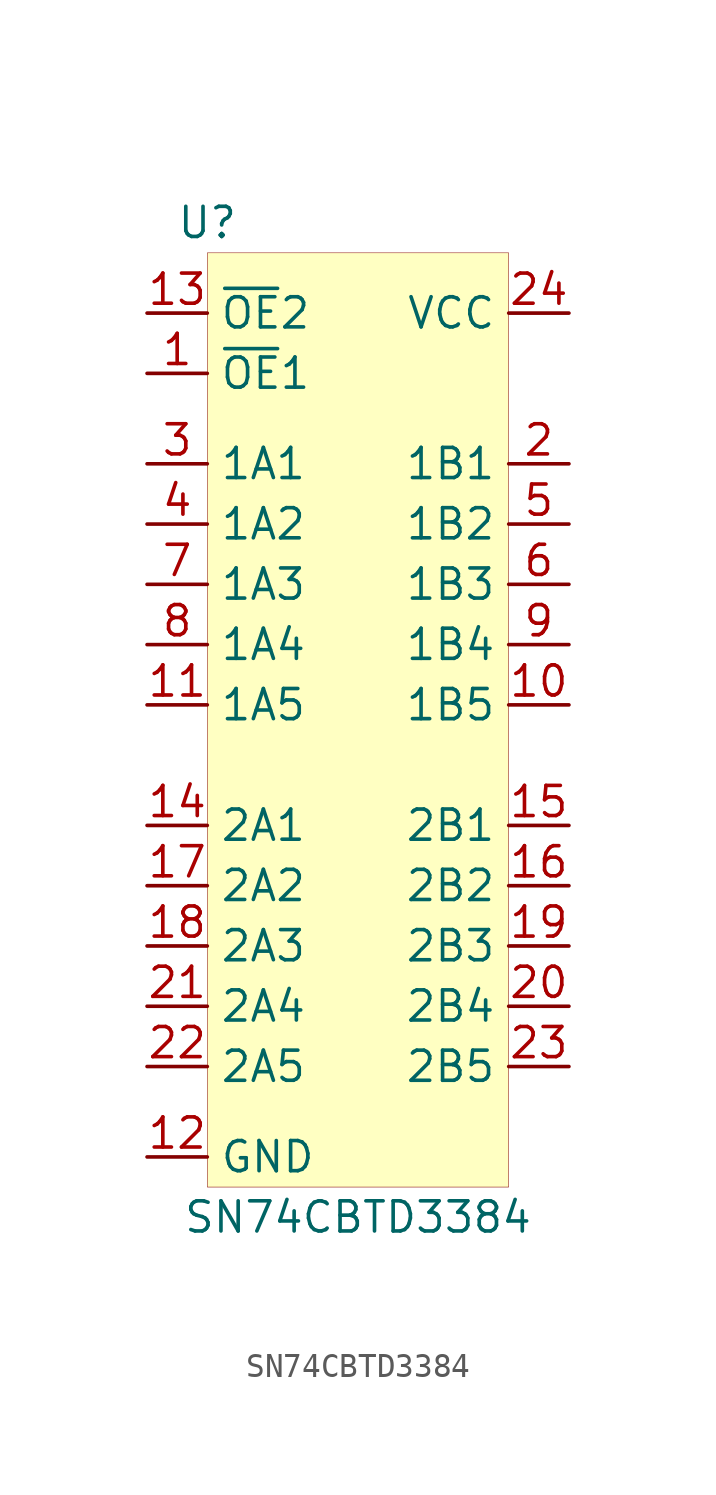
<source format=kicad_sym>
(kicad_symbol_lib
  (version 20201005)
  (generator kicad_symbol_editor)
  (symbol "74CBDT3384:SN74CBTD3384"
    (property "Reference" "U"
      (at -6.35 20.32 0)
      (effects (font (size 1.27 1.27))))
    (property "Value" "SN74CBTD3384"
      (at 0 -21.59 0)
      (effects (font (size 1.27 1.27))))
    (symbol "SN74CBTD3384_0_1"
      (rectangle (start -6.35 19.05) (end 6.35 -20.32) (stroke (width 0.001)) (fill (type background))))
    (symbol "SN74CBTD3384_1_1"
      (pin input line (at -8.89 13.97 0) (length 2.54) (name "~OE~1" (effects (font (size 1.27 1.27)))) (number "1" (effects (font (size 1.27 1.27)))))
      (pin input line (at 8.89 10.16 180) (length 2.54) (name "1B1" (effects (font (size 1.27 1.27)))) (number "2" (effects (font (size 1.27 1.27)))))
      (pin input line (at -8.89 10.16 0) (length 2.54) (name "1A1" (effects (font (size 1.27 1.27)))) (number "3" (effects (font (size 1.27 1.27)))))
      (pin input line (at -8.89 7.62 0) (length 2.54) (name "1A2" (effects (font (size 1.27 1.27)))) (number "4" (effects (font (size 1.27 1.27)))))
      (pin input line (at 8.89 7.62 180) (length 2.54) (name "1B2" (effects (font (size 1.27 1.27)))) (number "5" (effects (font (size 1.27 1.27)))))
      (pin input line (at 8.89 5.08 180) (length 2.54) (name "1B3" (effects (font (size 1.27 1.27)))) (number "6" (effects (font (size 1.27 1.27)))))
      (pin input line (at -8.89 5.08 0) (length 2.54) (name "1A3" (effects (font (size 1.27 1.27)))) (number "7" (effects (font (size 1.27 1.27)))))
      (pin input line (at -8.89 2.54 0) (length 2.54) (name "1A4" (effects (font (size 1.27 1.27)))) (number "8" (effects (font (size 1.27 1.27)))))
      (pin input line (at 8.89 2.54 180) (length 2.54) (name "1B4" (effects (font (size 1.27 1.27)))) (number "9" (effects (font (size 1.27 1.27)))))
      (pin input line (at 8.89 0 180) (length 2.54) (name "1B5" (effects (font (size 1.27 1.27)))) (number "10" (effects (font (size 1.27 1.27)))))
      (pin input line (at -8.89 0 0) (length 2.54) (name "1A5" (effects (font (size 1.27 1.27)))) (number "11" (effects (font (size 1.27 1.27)))))
      (pin power_in line (at -8.89 -19.05 0) (length 2.54) (name "GND" (effects (font (size 1.27 1.27)))) (number "12" (effects (font (size 1.27 1.27)))))
      (pin input line (at -8.89 16.51 0) (length 2.54) (name "~OE~2" (effects (font (size 1.27 1.27)))) (number "13" (effects (font (size 1.27 1.27)))))
      (pin input line (at -8.89 -5.08 0) (length 2.54) (name "2A1" (effects (font (size 1.27 1.27)))) (number "14" (effects (font (size 1.27 1.27)))))
      (pin input line (at 8.89 -5.08 180) (length 2.54) (name "2B1" (effects (font (size 1.27 1.27)))) (number "15" (effects (font (size 1.27 1.27)))))
      (pin input line (at 8.89 -7.62 180) (length 2.54) (name "2B2" (effects (font (size 1.27 1.27)))) (number "16" (effects (font (size 1.27 1.27)))))
      (pin input line (at -8.89 -7.62 0) (length 2.54) (name "2A2" (effects (font (size 1.27 1.27)))) (number "17" (effects (font (size 1.27 1.27)))))
      (pin input line (at -8.89 -10.16 0) (length 2.54) (name "2A3" (effects (font (size 1.27 1.27)))) (number "18" (effects (font (size 1.27 1.27)))))
      (pin input line (at 8.89 -10.16 180) (length 2.54) (name "2B3" (effects (font (size 1.27 1.27)))) (number "19" (effects (font (size 1.27 1.27)))))
      (pin input line (at 8.89 -12.7 180) (length 2.54) (name "2B4" (effects (font (size 1.27 1.27)))) (number "20" (effects (font (size 1.27 1.27)))))
      (pin input line (at -8.89 -12.7 0) (length 2.54) (name "2A4" (effects (font (size 1.27 1.27)))) (number "21" (effects (font (size 1.27 1.27)))))
      (pin input line (at -8.89 -15.24 0) (length 2.54) (name "2A5" (effects (font (size 1.27 1.27)))) (number "22" (effects (font (size 1.27 1.27)))))
      (pin input line (at 8.89 -15.24 180) (length 2.54) (name "2B5" (effects (font (size 1.27 1.27)))) (number "23" (effects (font (size 1.27 1.27)))))
      (pin power_in line (at 8.89 16.51 180) (length 2.54) (name "VCC" (effects (font (size 1.27 1.27)))) (number "24" (effects (font (size 1.27 1.27))))))))
</source>
